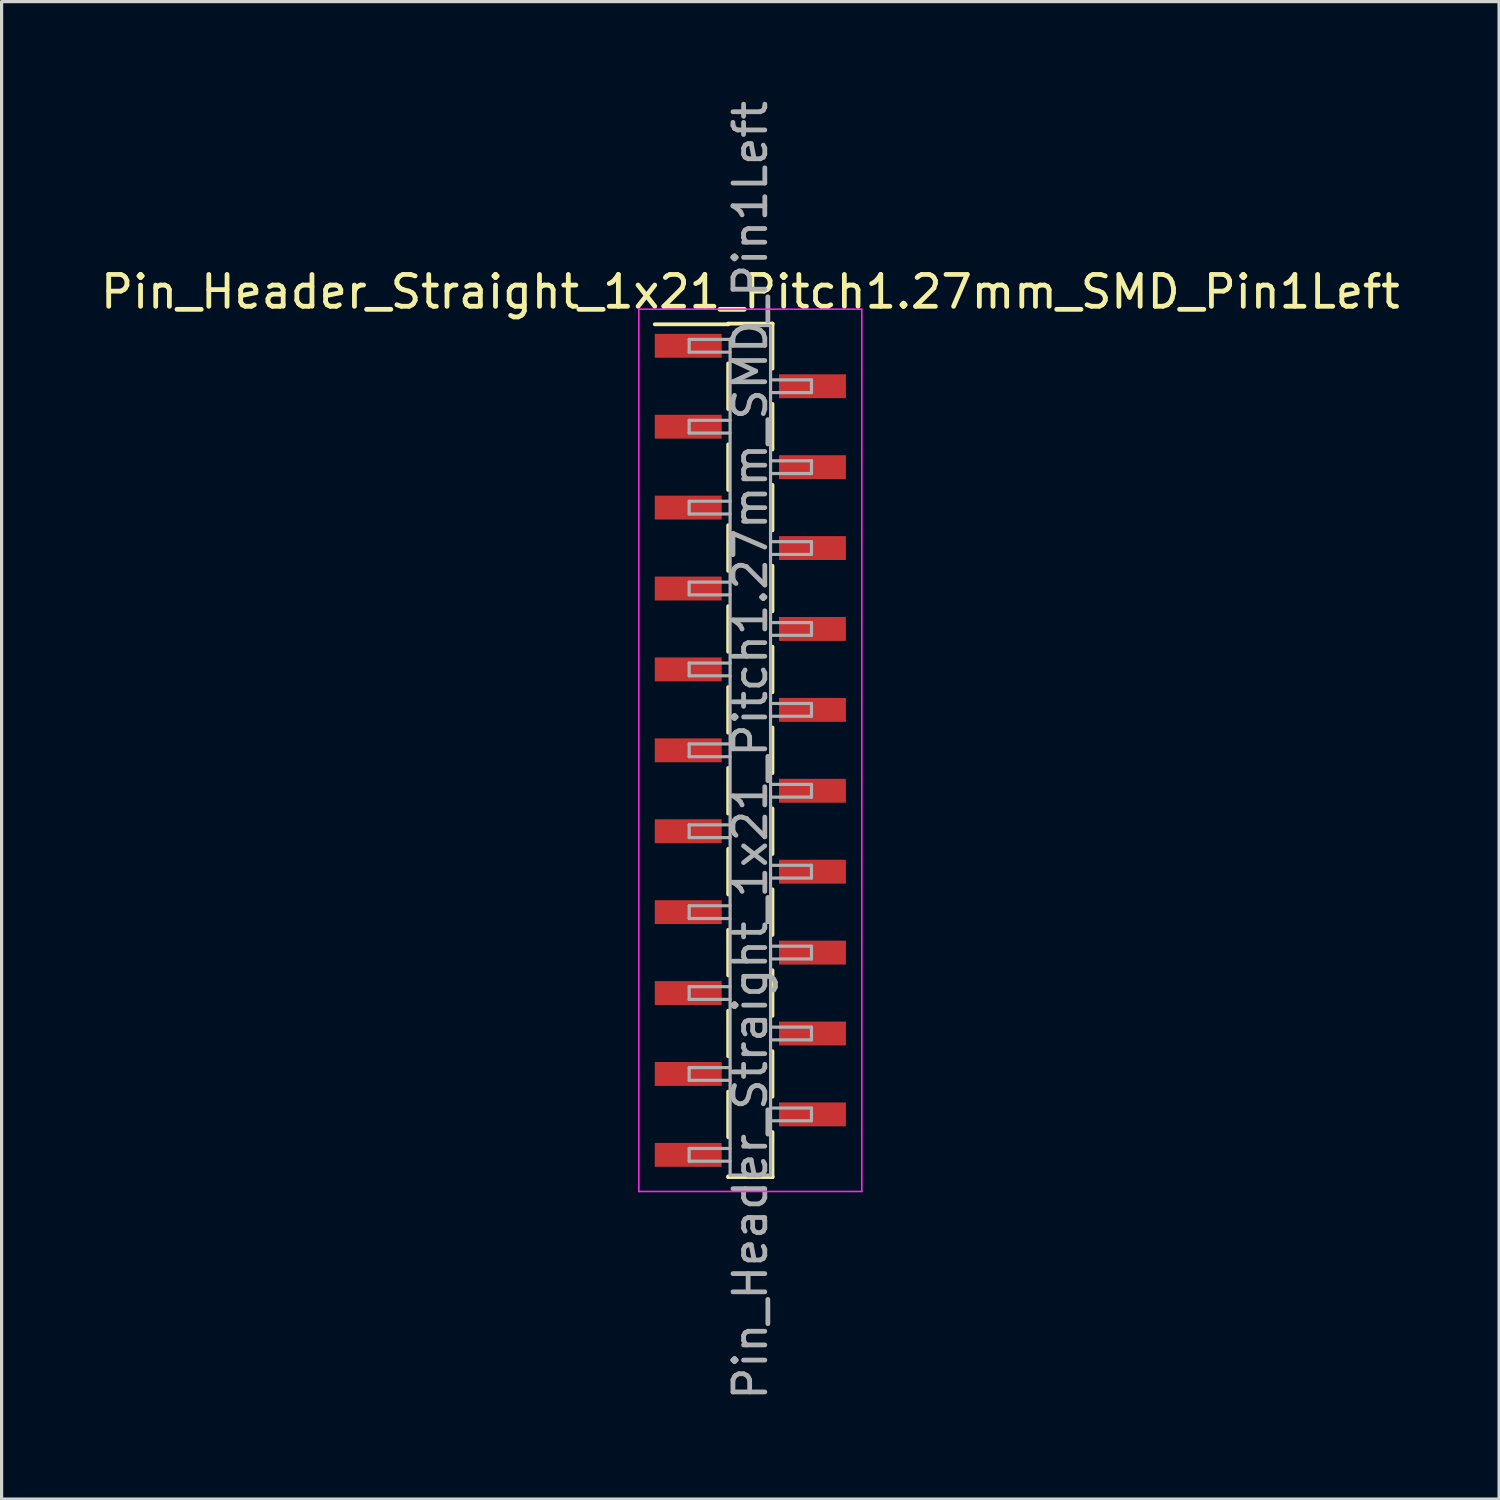
<source format=kicad_pcb>
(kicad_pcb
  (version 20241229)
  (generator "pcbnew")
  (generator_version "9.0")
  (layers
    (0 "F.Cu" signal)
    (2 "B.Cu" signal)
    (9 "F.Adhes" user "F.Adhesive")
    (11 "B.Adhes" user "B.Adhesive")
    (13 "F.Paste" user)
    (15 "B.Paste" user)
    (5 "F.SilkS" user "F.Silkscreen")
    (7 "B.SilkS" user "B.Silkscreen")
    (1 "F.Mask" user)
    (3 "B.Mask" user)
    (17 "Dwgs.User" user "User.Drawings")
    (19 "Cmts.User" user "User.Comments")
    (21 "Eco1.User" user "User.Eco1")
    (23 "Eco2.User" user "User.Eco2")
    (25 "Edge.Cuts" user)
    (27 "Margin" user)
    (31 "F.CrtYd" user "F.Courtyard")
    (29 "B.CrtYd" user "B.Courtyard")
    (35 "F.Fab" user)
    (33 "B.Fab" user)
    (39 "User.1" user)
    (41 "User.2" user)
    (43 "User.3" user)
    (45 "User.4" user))
  (footprint "Pin_Header_Straight_1x21_Pitch1.27mm_SMD_Pin1Left"
    (layer "F.Cu")
    (at 20.506 20.506)
    (property "Reference" "Pin_Header_Straight_1x21_Pitch1.27mm_SMD_Pin1Left" (at 0 -14.395 0) (layer "F.SilkS") (effects (font (size 1 1) (thickness 0.15))))
    (attr smd)
    (fp_line (start -0.695 -13.395) (end 0.695 -13.395) (stroke (width 0.12) (type solid)) (layer "F.SilkS"))
    (fp_line (start -0.695 -13.375) (end -3 -13.375) (stroke (width 0.12) (type solid)) (layer "F.SilkS"))
    (fp_line (start -0.695 -13.375) (end -0.695 -13.395) (stroke (width 0.12) (type solid)) (layer "F.SilkS"))
    (fp_line (start -0.695 -12.145) (end -0.695 -10.715) (stroke (width 0.12) (type solid)) (layer "F.SilkS"))
    (fp_line (start -0.695 -9.605) (end -0.695 -8.175) (stroke (width 0.12) (type solid)) (layer "F.SilkS"))
    (fp_line (start -0.695 -7.065) (end -0.695 -5.635) (stroke (width 0.12) (type solid)) (layer "F.SilkS"))
    (fp_line (start -0.695 -4.525) (end -0.695 -3.095) (stroke (width 0.12) (type solid)) (layer "F.SilkS"))
    (fp_line (start -0.695 -1.985) (end -0.695 -0.555) (stroke (width 0.12) (type solid)) (layer "F.SilkS"))
    (fp_line (start -0.695 0.555) (end -0.695 1.985) (stroke (width 0.12) (type solid)) (layer "F.SilkS"))
    (fp_line (start -0.695 3.095) (end -0.695 4.525) (stroke (width 0.12) (type solid)) (layer "F.SilkS"))
    (fp_line (start -0.695 5.635) (end -0.695 7.065) (stroke (width 0.12) (type solid)) (layer "F.SilkS"))
    (fp_line (start -0.695 8.175) (end -0.695 9.605) (stroke (width 0.12) (type solid)) (layer "F.SilkS"))
    (fp_line (start -0.695 10.715) (end -0.695 12.145) (stroke (width 0.12) (type solid)) (layer "F.SilkS"))
    (fp_line (start -0.695 13.375) (end -0.695 13.395) (stroke (width 0.12) (type solid)) (layer "F.SilkS"))
    (fp_line (start -0.695 13.395) (end 0.695 13.395) (stroke (width 0.12) (type solid)) (layer "F.SilkS"))
    (fp_line (start 0.695 -13.395) (end 0.695 -13.375) (stroke (width 0.12) (type solid)) (layer "F.SilkS"))
    (fp_line (start 0.695 -13.395) (end 0.695 -11.985) (stroke (width 0.12) (type solid)) (layer "F.SilkS"))
    (fp_line (start 0.695 -10.875) (end 0.695 -9.445) (stroke (width 0.12) (type solid)) (layer "F.SilkS"))
    (fp_line (start 0.695 -8.335) (end 0.695 -6.905) (stroke (width 0.12) (type solid)) (layer "F.SilkS"))
    (fp_line (start 0.695 -5.795) (end 0.695 -4.365) (stroke (width 0.12) (type solid)) (layer "F.SilkS"))
    (fp_line (start 0.695 -3.255) (end 0.695 -1.825) (stroke (width 0.12) (type solid)) (layer "F.SilkS"))
    (fp_line (start 0.695 -0.715) (end 0.695 0.715) (stroke (width 0.12) (type solid)) (layer "F.SilkS"))
    (fp_line (start 0.695 1.825) (end 0.695 3.255) (stroke (width 0.12) (type solid)) (layer "F.SilkS"))
    (fp_line (start 0.695 4.365) (end 0.695 5.795) (stroke (width 0.12) (type solid)) (layer "F.SilkS"))
    (fp_line (start 0.695 6.905) (end 0.695 8.335) (stroke (width 0.12) (type solid)) (layer "F.SilkS"))
    (fp_line (start 0.695 9.445) (end 0.695 10.875) (stroke (width 0.12) (type solid)) (layer "F.SilkS"))
    (fp_line (start 0.695 11.985) (end 0.695 13.395) (stroke (width 0.12) (type solid)) (layer "F.SilkS"))
    (fp_line (start 0.695 13.395) (end 0.695 13.375) (stroke (width 0.12) (type solid)) (layer "F.SilkS"))
    (fp_line (start -3.5 -13.85) (end -3.5 13.85) (stroke (width 0.05) (type solid)) (layer "F.CrtYd"))
    (fp_line (start -3.5 13.85) (end 3.5 13.85) (stroke (width 0.05) (type solid)) (layer "F.CrtYd"))
    (fp_line (start 3.5 -13.85) (end -3.5 -13.85) (stroke (width 0.05) (type solid)) (layer "F.CrtYd"))
    (fp_line (start 3.5 13.85) (end 3.5 -13.85) (stroke (width 0.05) (type solid)) (layer "F.CrtYd"))
    (fp_line (start -1.92 -12.9) (end -1.92 -12.5) (stroke (width 0.1) (type solid)) (layer "F.Fab"))
    (fp_line (start -1.92 -12.5) (end -0.635 -12.5) (stroke (width 0.1) (type solid)) (layer "F.Fab"))
    (fp_line (start -1.92 -10.36) (end -1.92 -9.96) (stroke (width 0.1) (type solid)) (layer "F.Fab"))
    (fp_line (start -1.92 -9.96) (end -0.635 -9.96) (stroke (width 0.1) (type solid)) (layer "F.Fab"))
    (fp_line (start -1.92 -7.82) (end -1.92 -7.42) (stroke (width 0.1) (type solid)) (layer "F.Fab"))
    (fp_line (start -1.92 -7.42) (end -0.635 -7.42) (stroke (width 0.1) (type solid)) (layer "F.Fab"))
    (fp_line (start -1.92 -5.28) (end -1.92 -4.88) (stroke (width 0.1) (type solid)) (layer "F.Fab"))
    (fp_line (start -1.92 -4.88) (end -0.635 -4.88) (stroke (width 0.1) (type solid)) (layer "F.Fab"))
    (fp_line (start -1.92 -2.74) (end -1.92 -2.34) (stroke (width 0.1) (type solid)) (layer "F.Fab"))
    (fp_line (start -1.92 -2.34) (end -0.635 -2.34) (stroke (width 0.1) (type solid)) (layer "F.Fab"))
    (fp_line (start -1.92 -0.2) (end -1.92 0.2) (stroke (width 0.1) (type solid)) (layer "F.Fab"))
    (fp_line (start -1.92 0.2) (end -0.635 0.2) (stroke (width 0.1) (type solid)) (layer "F.Fab"))
    (fp_line (start -1.92 2.34) (end -1.92 2.74) (stroke (width 0.1) (type solid)) (layer "F.Fab"))
    (fp_line (start -1.92 2.74) (end -0.635 2.74) (stroke (width 0.1) (type solid)) (layer "F.Fab"))
    (fp_line (start -1.92 4.88) (end -1.92 5.28) (stroke (width 0.1) (type solid)) (layer "F.Fab"))
    (fp_line (start -1.92 5.28) (end -0.635 5.28) (stroke (width 0.1) (type solid)) (layer "F.Fab"))
    (fp_line (start -1.92 7.42) (end -1.92 7.82) (stroke (width 0.1) (type solid)) (layer "F.Fab"))
    (fp_line (start -1.92 7.82) (end -0.635 7.82) (stroke (width 0.1) (type solid)) (layer "F.Fab"))
    (fp_line (start -1.92 9.96) (end -1.92 10.36) (stroke (width 0.1) (type solid)) (layer "F.Fab"))
    (fp_line (start -1.92 10.36) (end -0.635 10.36) (stroke (width 0.1) (type solid)) (layer "F.Fab"))
    (fp_line (start -1.92 12.5) (end -1.92 12.9) (stroke (width 0.1) (type solid)) (layer "F.Fab"))
    (fp_line (start -1.92 12.9) (end -0.635 12.9) (stroke (width 0.1) (type solid)) (layer "F.Fab"))
    (fp_line (start -0.635 -12.9) (end -1.92 -12.9) (stroke (width 0.1) (type solid)) (layer "F.Fab"))
    (fp_line (start -0.635 -12.9) (end -0.2 -13.335) (stroke (width 0.1) (type solid)) (layer "F.Fab"))
    (fp_line (start -0.635 -10.36) (end -1.92 -10.36) (stroke (width 0.1) (type solid)) (layer "F.Fab"))
    (fp_line (start -0.635 -7.82) (end -1.92 -7.82) (stroke (width 0.1) (type solid)) (layer "F.Fab"))
    (fp_line (start -0.635 -5.28) (end -1.92 -5.28) (stroke (width 0.1) (type solid)) (layer "F.Fab"))
    (fp_line (start -0.635 -2.74) (end -1.92 -2.74) (stroke (width 0.1) (type solid)) (layer "F.Fab"))
    (fp_line (start -0.635 -0.2) (end -1.92 -0.2) (stroke (width 0.1) (type solid)) (layer "F.Fab"))
    (fp_line (start -0.635 2.34) (end -1.92 2.34) (stroke (width 0.1) (type solid)) (layer "F.Fab"))
    (fp_line (start -0.635 4.88) (end -1.92 4.88) (stroke (width 0.1) (type solid)) (layer "F.Fab"))
    (fp_line (start -0.635 7.42) (end -1.92 7.42) (stroke (width 0.1) (type solid)) (layer "F.Fab"))
    (fp_line (start -0.635 9.96) (end -1.92 9.96) (stroke (width 0.1) (type solid)) (layer "F.Fab"))
    (fp_line (start -0.635 12.5) (end -1.92 12.5) (stroke (width 0.1) (type solid)) (layer "F.Fab"))
    (fp_line (start -0.635 13.335) (end -0.635 -12.9) (stroke (width 0.1) (type solid)) (layer "F.Fab"))
    (fp_line (start -0.2 -13.335) (end 0.635 -13.335) (stroke (width 0.1) (type solid)) (layer "F.Fab"))
    (fp_line (start 0.635 -13.335) (end 0.635 13.335) (stroke (width 0.1) (type solid)) (layer "F.Fab"))
    (fp_line (start 0.635 -11.63) (end 1.92 -11.63) (stroke (width 0.1) (type solid)) (layer "F.Fab"))
    (fp_line (start 0.635 -9.09) (end 1.92 -9.09) (stroke (width 0.1) (type solid)) (layer "F.Fab"))
    (fp_line (start 0.635 -6.55) (end 1.92 -6.55) (stroke (width 0.1) (type solid)) (layer "F.Fab"))
    (fp_line (start 0.635 -4.01) (end 1.92 -4.01) (stroke (width 0.1) (type solid)) (layer "F.Fab"))
    (fp_line (start 0.635 -1.47) (end 1.92 -1.47) (stroke (width 0.1) (type solid)) (layer "F.Fab"))
    (fp_line (start 0.635 1.07) (end 1.92 1.07) (stroke (width 0.1) (type solid)) (layer "F.Fab"))
    (fp_line (start 0.635 3.61) (end 1.92 3.61) (stroke (width 0.1) (type solid)) (layer "F.Fab"))
    (fp_line (start 0.635 6.15) (end 1.92 6.15) (stroke (width 0.1) (type solid)) (layer "F.Fab"))
    (fp_line (start 0.635 8.69) (end 1.92 8.69) (stroke (width 0.1) (type solid)) (layer "F.Fab"))
    (fp_line (start 0.635 11.23) (end 1.92 11.23) (stroke (width 0.1) (type solid)) (layer "F.Fab"))
    (fp_line (start 0.635 13.335) (end -0.635 13.335) (stroke (width 0.1) (type solid)) (layer "F.Fab"))
    (fp_line (start 1.92 -11.63) (end 1.92 -11.23) (stroke (width 0.1) (type solid)) (layer "F.Fab"))
    (fp_line (start 1.92 -11.23) (end 0.635 -11.23) (stroke (width 0.1) (type solid)) (layer "F.Fab"))
    (fp_line (start 1.92 -9.09) (end 1.92 -8.69) (stroke (width 0.1) (type solid)) (layer "F.Fab"))
    (fp_line (start 1.92 -8.69) (end 0.635 -8.69) (stroke (width 0.1) (type solid)) (layer "F.Fab"))
    (fp_line (start 1.92 -6.55) (end 1.92 -6.15) (stroke (width 0.1) (type solid)) (layer "F.Fab"))
    (fp_line (start 1.92 -6.15) (end 0.635 -6.15) (stroke (width 0.1) (type solid)) (layer "F.Fab"))
    (fp_line (start 1.92 -4.01) (end 1.92 -3.61) (stroke (width 0.1) (type solid)) (layer "F.Fab"))
    (fp_line (start 1.92 -3.61) (end 0.635 -3.61) (stroke (width 0.1) (type solid)) (layer "F.Fab"))
    (fp_line (start 1.92 -1.47) (end 1.92 -1.07) (stroke (width 0.1) (type solid)) (layer "F.Fab"))
    (fp_line (start 1.92 -1.07) (end 0.635 -1.07) (stroke (width 0.1) (type solid)) (layer "F.Fab"))
    (fp_line (start 1.92 1.07) (end 1.92 1.47) (stroke (width 0.1) (type solid)) (layer "F.Fab"))
    (fp_line (start 1.92 1.47) (end 0.635 1.47) (stroke (width 0.1) (type solid)) (layer "F.Fab"))
    (fp_line (start 1.92 3.61) (end 1.92 4.01) (stroke (width 0.1) (type solid)) (layer "F.Fab"))
    (fp_line (start 1.92 4.01) (end 0.635 4.01) (stroke (width 0.1) (type solid)) (layer "F.Fab"))
    (fp_line (start 1.92 6.15) (end 1.92 6.55) (stroke (width 0.1) (type solid)) (layer "F.Fab"))
    (fp_line (start 1.92 6.55) (end 0.635 6.55) (stroke (width 0.1) (type solid)) (layer "F.Fab"))
    (fp_line (start 1.92 8.69) (end 1.92 9.09) (stroke (width 0.1) (type solid)) (layer "F.Fab"))
    (fp_line (start 1.92 9.09) (end 0.635 9.09) (stroke (width 0.1) (type solid)) (layer "F.Fab"))
    (fp_line (start 1.92 11.23) (end 1.92 11.63) (stroke (width 0.1) (type solid)) (layer "F.Fab"))
    (fp_line (start 1.92 11.63) (end 0.635 11.63) (stroke (width 0.1) (type solid)) (layer "F.Fab"))
    (fp_text user "${REFERENCE}" (at 0 0 90) (layer "F.Fab") (effects (font (size 1 1) (thickness 0.15))))
    (pad "1" smd rect (at -1.95 -12.7) (size 2.1 0.75) (layers "F.Cu" "F.Mask" "F.Paste"))
    (pad "2" smd rect (at 1.95 -11.43) (size 2.1 0.75) (layers "F.Cu" "F.Mask" "F.Paste"))
    (pad "3" smd rect (at -1.95 -10.16) (size 2.1 0.75) (layers "F.Cu" "F.Mask" "F.Paste"))
    (pad "4" smd rect (at 1.95 -8.89) (size 2.1 0.75) (layers "F.Cu" "F.Mask" "F.Paste"))
    (pad "5" smd rect (at -1.95 -7.62) (size 2.1 0.75) (layers "F.Cu" "F.Mask" "F.Paste"))
    (pad "6" smd rect (at 1.95 -6.35) (size 2.1 0.75) (layers "F.Cu" "F.Mask" "F.Paste"))
    (pad "7" smd rect (at -1.95 -5.08) (size 2.1 0.75) (layers "F.Cu" "F.Mask" "F.Paste"))
    (pad "8" smd rect (at 1.95 -3.81) (size 2.1 0.75) (layers "F.Cu" "F.Mask" "F.Paste"))
    (pad "9" smd rect (at -1.95 -2.54) (size 2.1 0.75) (layers "F.Cu" "F.Mask" "F.Paste"))
    (pad "10" smd rect (at 1.95 -1.27) (size 2.1 0.75) (layers "F.Cu" "F.Mask" "F.Paste"))
    (pad "11" smd rect (at -1.95 0) (size 2.1 0.75) (layers "F.Cu" "F.Mask" "F.Paste"))
    (pad "12" smd rect (at 1.95 1.27) (size 2.1 0.75) (layers "F.Cu" "F.Mask" "F.Paste"))
    (pad "13" smd rect (at -1.95 2.54) (size 2.1 0.75) (layers "F.Cu" "F.Mask" "F.Paste"))
    (pad "14" smd rect (at 1.95 3.81) (size 2.1 0.75) (layers "F.Cu" "F.Mask" "F.Paste"))
    (pad "15" smd rect (at -1.95 5.08) (size 2.1 0.75) (layers "F.Cu" "F.Mask" "F.Paste"))
    (pad "16" smd rect (at 1.95 6.35) (size 2.1 0.75) (layers "F.Cu" "F.Mask" "F.Paste"))
    (pad "17" smd rect (at -1.95 7.62) (size 2.1 0.75) (layers "F.Cu" "F.Mask" "F.Paste"))
    (pad "18" smd rect (at 1.95 8.89) (size 2.1 0.75) (layers "F.Cu" "F.Mask" "F.Paste"))
    (pad "19" smd rect (at -1.95 10.16) (size 2.1 0.75) (layers "F.Cu" "F.Mask" "F.Paste"))
    (pad "20" smd rect (at 1.95 11.43) (size 2.1 0.75) (layers "F.Cu" "F.Mask" "F.Paste"))
    (pad "21" smd rect (at -1.95 12.7) (size 2.1 0.75) (layers "F.Cu" "F.Mask" "F.Paste")))
  (gr_rect
    (start -3 -3)
    (end 44.012 44.012)
    (stroke (width 0.1) (type default))
    (fill no)
    (layer "Edge.Cuts")))
</source>
